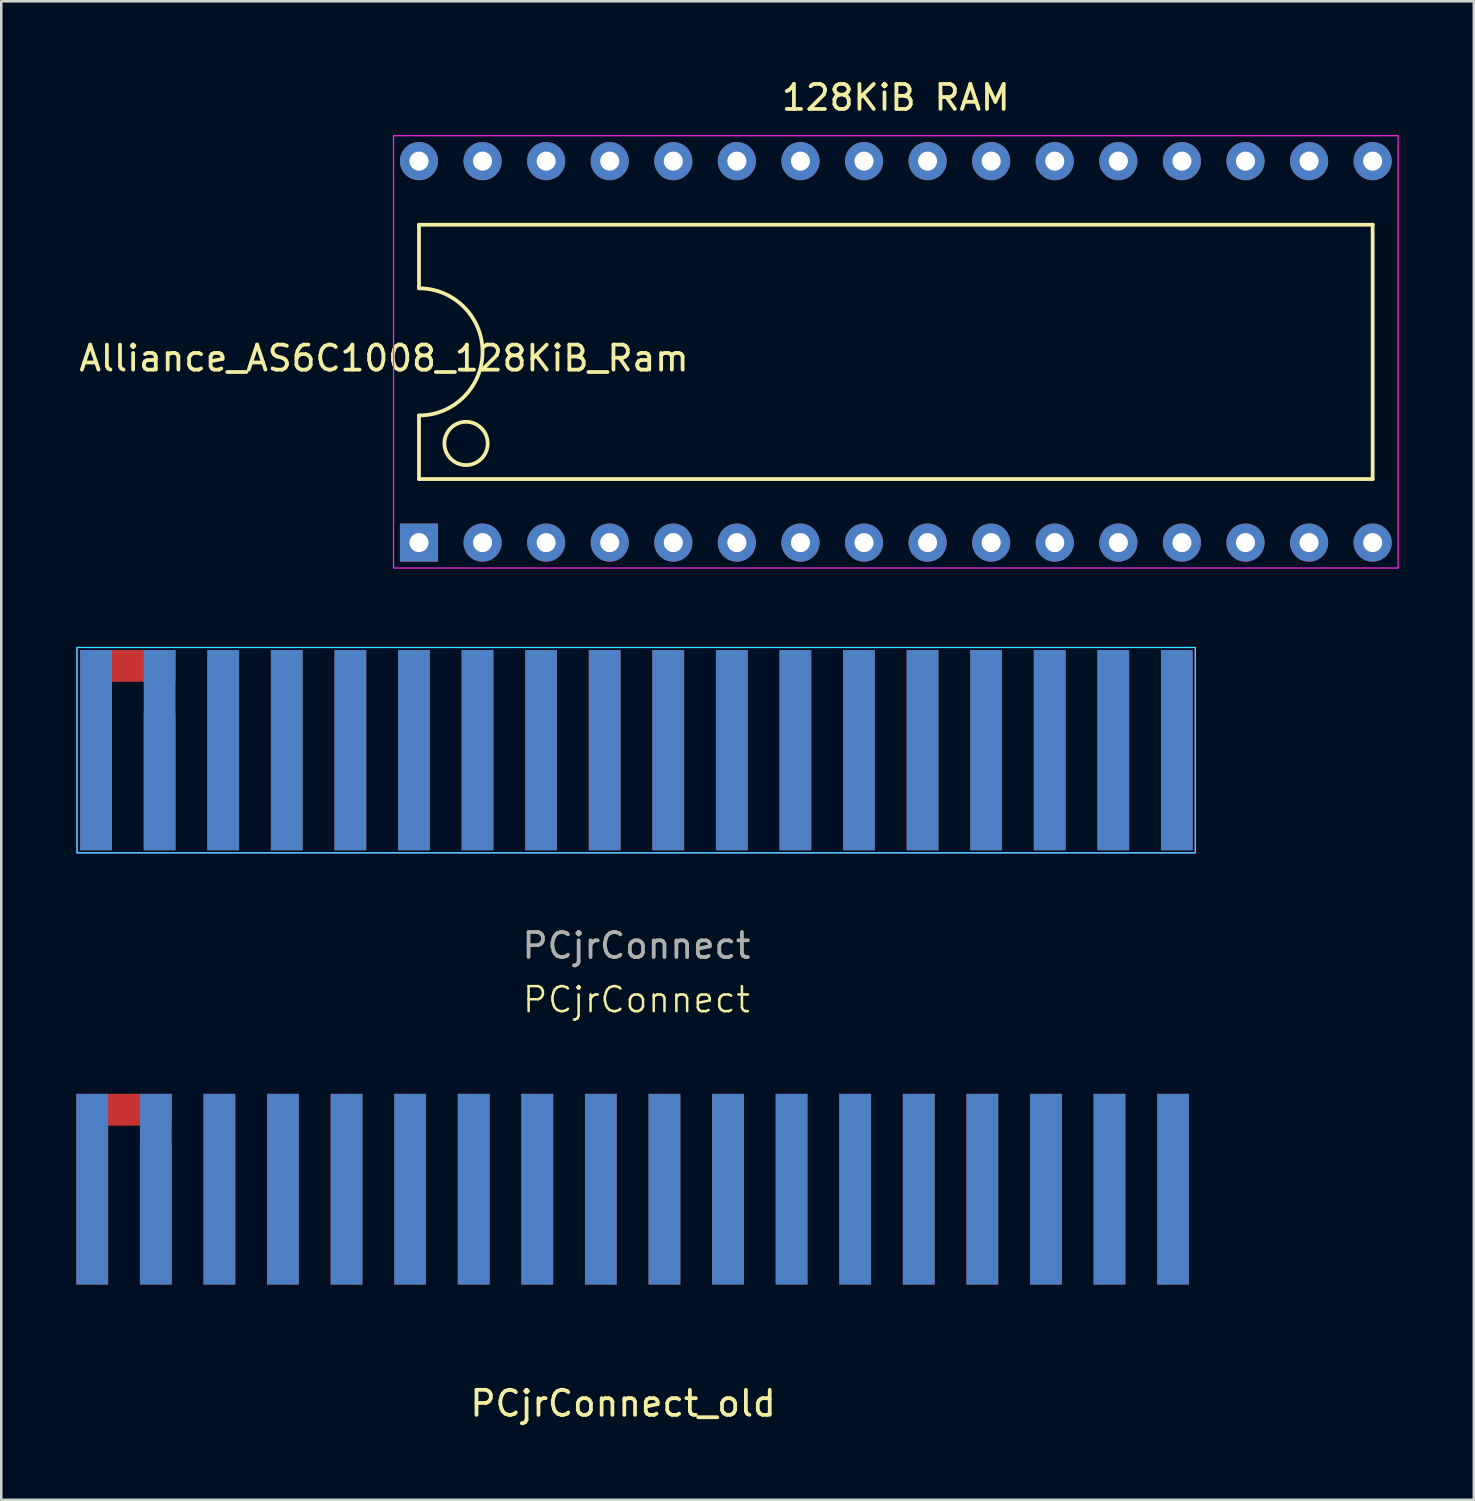
<source format=kicad_pcb>
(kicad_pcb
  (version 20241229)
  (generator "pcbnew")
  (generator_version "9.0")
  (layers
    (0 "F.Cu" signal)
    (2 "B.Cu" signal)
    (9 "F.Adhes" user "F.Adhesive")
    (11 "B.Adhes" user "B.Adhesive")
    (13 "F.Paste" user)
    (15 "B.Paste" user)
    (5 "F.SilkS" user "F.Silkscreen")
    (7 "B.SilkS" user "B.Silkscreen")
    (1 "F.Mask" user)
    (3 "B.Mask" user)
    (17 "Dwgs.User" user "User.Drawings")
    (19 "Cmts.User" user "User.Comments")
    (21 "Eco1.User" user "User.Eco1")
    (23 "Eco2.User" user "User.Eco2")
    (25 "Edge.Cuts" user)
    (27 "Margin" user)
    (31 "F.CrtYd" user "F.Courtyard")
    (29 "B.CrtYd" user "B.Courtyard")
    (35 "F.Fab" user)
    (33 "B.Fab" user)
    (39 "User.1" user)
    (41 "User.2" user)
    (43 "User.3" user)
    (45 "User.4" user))
  (footprint "PCjrConnect"
    (layer "F.Cu")
    (at 22.377 22.919)
    (property "Reference" "PCjrConnect" (at 0 13.97 0) (unlocked yes) (layer "F.SilkS") (effects (font (size 1 1) (thickness 0.1))))
    (attr smd)
    (fp_rect (start 22.327 8.103) (end -22.352 -0.102) (stroke (width 0.05) (type default)) (fill no) (layer "B.CrtYd"))
    (fp_rect (start -22.352 -0.102) (end 22.327 8.103) (stroke (width 0.05) (type default)) (fill no) (layer "F.CrtYd"))
    (fp_text user "${REFERENCE}" (at 0 11.811 0) (unlocked yes) (layer "F.Fab") (effects (font (size 1 1) (thickness 0.15))))
    (pad "A1" smd custom (at -21.59 4) (size 1.27 8) (layers "F.Cu" "F.Mask" "F.Paste") (options (anchor rect)) (primitives (gr_poly (pts (xy 0.635 -4) (xy 3.175 -4) (xy 3.175 -2.73) (xy 0.635 -2.73)) (width 0) (fill yes))))
    (pad "A2" smd rect (at -19.05 8.001) (size 1.27 5.46) (drill (offset 0 -2.73)) (layers "F.Cu" "F.Mask" "F.Paste"))
    (pad "A3" smd rect (at -16.51 0) (size 1.27 8) (drill (offset 0 4)) (layers "F.Cu" "F.Mask" "F.Paste"))
    (pad "A4" smd rect (at -13.97 0) (size 1.27 8) (drill (offset 0 4)) (layers "F.Cu" "F.Mask" "F.Paste"))
    (pad "A5" smd rect (at -11.43 0) (size 1.27 8) (drill (offset 0 4)) (layers "F.Cu" "F.Mask" "F.Paste"))
    (pad "A6" smd rect (at -8.89 0) (size 1.27 8) (drill (offset 0 4)) (layers "F.Cu" "F.Mask" "F.Paste"))
    (pad "A7" smd rect (at -6.35 0) (size 1.27 8) (drill (offset 0 4)) (layers "F.Cu" "F.Mask" "F.Paste"))
    (pad "A8" smd rect (at -3.81 0) (size 1.27 8) (drill (offset 0 4)) (layers "F.Cu" "F.Mask" "F.Paste"))
    (pad "A9" smd rect (at -1.27 0) (size 1.27 8) (drill (offset 0 4)) (layers "F.Cu" "F.Mask" "F.Paste"))
    (pad "A10" smd rect (at 1.27 0) (size 1.27 8) (drill (offset 0 4)) (layers "F.Cu" "F.Mask" "F.Paste"))
    (pad "A11" smd rect (at 3.81 0) (size 1.27 8) (drill (offset 0 4)) (layers "F.Cu" "F.Mask" "F.Paste"))
    (pad "A12" smd rect (at 6.35 0) (size 1.27 8) (drill (offset 0 4)) (layers "F.Cu" "F.Mask" "F.Paste"))
    (pad "A13" smd rect (at 8.89 0) (size 1.27 8) (drill (offset 0 4)) (layers "F.Cu" "F.Mask" "F.Paste"))
    (pad "A14" smd rect (at 11.43 0) (size 1.27 8) (drill (offset 0 4)) (layers "F.Cu" "F.Mask" "F.Paste"))
    (pad "A15" smd rect (at 13.97 0) (size 1.27 8) (drill (offset 0 4)) (layers "F.Cu" "F.Mask" "F.Paste"))
    (pad "A16" smd rect (at 16.51 0) (size 1.27 8) (drill (offset 0 4)) (layers "F.Cu" "F.Mask" "F.Paste"))
    (pad "A17" smd rect (at 19.05 0) (size 1.27 8) (drill (offset 0 4)) (layers "F.Cu" "F.Mask" "F.Paste"))
    (pad "A18" smd rect (at 21.59 0) (size 1.27 8) (drill (offset 0 4)) (layers "F.Cu" "F.Mask" "F.Paste"))
    (pad "B1" smd rect (at -21.59 0) (size 1.27 8) (drill (offset 0 4)) (layers "B.Cu" "B.Mask" "B.Paste"))
    (pad "B2" smd rect (at -19.05 0) (size 1.27 8) (drill (offset 0 4)) (layers "B.Cu" "B.Mask" "B.Paste"))
    (pad "B3" smd rect (at -16.51 0) (size 1.27 8) (drill (offset 0 4)) (layers "B.Cu" "B.Mask" "B.Paste"))
    (pad "B4" smd rect (at -13.97 0) (size 1.27 8) (drill (offset 0 4)) (layers "B.Cu" "B.Mask" "B.Paste"))
    (pad "B5" smd rect (at -11.43 0) (size 1.27 8) (drill (offset 0 4)) (layers "B.Cu" "B.Mask" "B.Paste"))
    (pad "B6" smd rect (at -8.89 0) (size 1.27 8) (drill (offset 0 4)) (layers "B.Cu" "B.Mask" "B.Paste"))
    (pad "B7" smd rect (at -6.35 0) (size 1.27 8) (drill (offset 0 4)) (layers "B.Cu" "B.Mask" "B.Paste"))
    (pad "B8" smd rect (at -3.81 0) (size 1.27 8) (drill (offset 0 4)) (layers "B.Cu" "B.Mask" "B.Paste"))
    (pad "B9" smd rect (at -1.27 0) (size 1.27 8) (drill (offset 0 4)) (layers "B.Cu" "B.Mask" "B.Paste"))
    (pad "B10" smd rect (at 1.27 0) (size 1.27 8) (drill (offset 0 4)) (layers "B.Cu" "B.Mask" "B.Paste"))
    (pad "B11" smd rect (at 3.81 0) (size 1.27 8) (drill (offset 0 4)) (layers "B.Cu" "B.Mask" "B.Paste"))
    (pad "B12" smd rect (at 6.35 0) (size 1.27 8) (drill (offset 0 4)) (layers "B.Cu" "B.Mask" "B.Paste"))
    (pad "B13" smd rect (at 8.89 0) (size 1.27 8) (drill (offset 0 4)) (layers "B.Cu" "B.Mask" "B.Paste"))
    (pad "B14" smd rect (at 11.43 0) (size 1.27 8) (drill (offset 0 4)) (layers "B.Cu" "B.Mask" "B.Paste"))
    (pad "B15" smd rect (at 13.97 0) (size 1.27 8) (drill (offset 0 4)) (layers "B.Cu" "B.Mask" "B.Paste"))
    (pad "B16" smd rect (at 16.51 0) (size 1.27 8) (drill (offset 0 4)) (layers "B.Cu" "B.Mask" "B.Paste"))
    (pad "B17" smd rect (at 19.05 0) (size 1.27 8) (drill (offset 0 4)) (layers "B.Cu" "B.Mask" "B.Paste"))
    (pad "B18" smd rect (at 21.59 0) (size 1.27 8) (drill (offset 0 4)) (layers "B.Cu" "B.Mask" "B.Paste")))
  (footprint "PCjrConnect_old"
    (layer "F.Cu")
    (at 0.635 44.46)
    (property "Reference" "PCjrConnect_old" (at 21.209 8.56 0) (layer "F.SilkS") (effects (font (size 1 1) (thickness 0.15))))
    (attr through_hole)
    (pad "A1" connect custom (at 0 0) (size 1.27 7.62) (layers "F.Cu" "F.Mask") (options (anchor rect)) (primitives (gr_poly (pts (xy 0.635 -3.81) (xy 3.175 -3.81) (xy 3.175 -2.54) (xy 0.635 -2.54)) (width 0) (fill yes))))
    (pad "A2" connect rect (at 2.54 1) (size 1.27 5.62) (layers "F.Cu" "F.Mask"))
    (pad "A3" connect rect (at 5.08 0) (size 1.27 7.62) (layers "F.Cu" "F.Mask"))
    (pad "A4" connect rect (at 7.62 0) (size 1.27 7.62) (layers "F.Cu" "F.Mask"))
    (pad "A5" connect rect (at 10.16 0) (size 1.27 7.62) (layers "F.Cu" "F.Mask"))
    (pad "A6" connect rect (at 12.7 0) (size 1.27 7.62) (layers "F.Cu" "F.Mask"))
    (pad "A7" connect rect (at 15.24 0) (size 1.27 7.62) (layers "F.Cu" "F.Mask"))
    (pad "A8" connect rect (at 17.78 0) (size 1.27 7.62) (layers "F.Cu" "F.Mask"))
    (pad "A9" connect rect (at 20.32 0) (size 1.27 7.62) (layers "F.Cu" "F.Mask"))
    (pad "A10" connect rect (at 22.86 0) (size 1.27 7.62) (layers "F.Cu" "F.Mask"))
    (pad "A11" connect rect (at 25.4 0) (size 1.27 7.62) (layers "F.Cu" "F.Mask"))
    (pad "A12" connect rect (at 27.94 0) (size 1.27 7.62) (layers "F.Cu" "F.Mask"))
    (pad "A13" connect rect (at 30.48 0) (size 1.27 7.62) (layers "F.Cu" "F.Mask"))
    (pad "A14" connect rect (at 33.02 0) (size 1.27 7.62) (layers "F.Cu" "F.Mask"))
    (pad "A15" connect rect (at 35.56 0) (size 1.27 7.62) (layers "F.Cu" "F.Mask"))
    (pad "A16" connect rect (at 38.1 0) (size 1.27 7.62) (layers "F.Cu" "F.Mask"))
    (pad "A17" connect rect (at 40.64 0) (size 1.27 7.62) (layers "F.Cu" "F.Mask"))
    (pad "A18" connect rect (at 43.18 0) (size 1.27 7.62) (layers "F.Cu" "F.Mask"))
    (pad "B1" connect rect (at 0 0) (size 1.27 7.62) (layers "B.Cu" "B.Mask"))
    (pad "B2" connect rect (at 2.54 0) (size 1.27 7.62) (layers "B.Cu" "B.Mask"))
    (pad "B3" connect rect (at 5.08 0) (size 1.27 7.62) (layers "B.Cu" "B.Mask"))
    (pad "B4" connect rect (at 7.62 0) (size 1.27 7.62) (layers "B.Cu" "B.Mask"))
    (pad "B5" connect rect (at 10.16 0) (size 1.27 7.62) (layers "B.Cu" "B.Mask"))
    (pad "B6" connect rect (at 12.7 0) (size 1.27 7.62) (layers "B.Cu" "B.Mask"))
    (pad "B7" connect rect (at 15.24 0) (size 1.27 7.62) (layers "B.Cu" "B.Mask"))
    (pad "B8" connect rect (at 17.78 0) (size 1.27 7.62) (layers "B.Cu" "B.Mask"))
    (pad "B9" connect rect (at 20.32 0) (size 1.27 7.62) (layers "B.Cu" "B.Mask"))
    (pad "B10" connect rect (at 22.86 0) (size 1.27 7.62) (layers "B.Cu" "B.Mask"))
    (pad "B11" connect rect (at 25.4 0) (size 1.27 7.62) (layers "B.Cu" "B.Mask"))
    (pad "B12" connect rect (at 27.94 0) (size 1.27 7.62) (layers "B.Cu" "B.Mask"))
    (pad "B13" connect rect (at 30.48 0) (size 1.27 7.62) (layers "B.Cu" "B.Mask"))
    (pad "B14" connect rect (at 33.02 0) (size 1.27 7.62) (layers "B.Cu" "B.Mask"))
    (pad "B15" connect rect (at 35.56 0) (size 1.27 7.62) (layers "B.Cu" "B.Mask"))
    (pad "B16" connect rect (at 38.1 0) (size 1.27 7.62) (layers "B.Cu" "B.Mask"))
    (pad "B17" connect rect (at 40.64 0) (size 1.27 7.62) (layers "B.Cu" "B.Mask"))
    (pad "B18" connect rect (at 43.18 0) (size 1.27 7.62) (layers "B.Cu" "B.Mask")))
  (footprint "Alliance_AS6C1008_128KiB_Ram"
    (layer "F.Cu")
    (at 13.689 18.628)
    (property "Reference" "Alliance_AS6C1008_128KiB_Ram" (at -1.397 -7.366 0) (layer "F.SilkS") (effects (font (size 1 1) (thickness 0.15))))
    (attr through_hole)
    (fp_line (start 0 -12.7) (end 0 -10.16) (stroke (width 0.15) (type solid)) (layer "F.SilkS"))
    (fp_line (start 0 -12.7) (end 38.1 -12.7) (stroke (width 0.15) (type solid)) (layer "F.SilkS"))
    (fp_line (start 0 -2.54) (end 0 -5.08) (stroke (width 0.15) (type solid)) (layer "F.SilkS"))
    (fp_line (start 0 -2.54) (end 38.1 -2.54) (stroke (width 0.15) (type solid)) (layer "F.SilkS"))
    (fp_line (start 38.1 -12.7) (end 38.1 -2.54) (stroke (width 0.15) (type solid)) (layer "F.SilkS"))
    (fp_arc (start 0 -10.16) (mid 2.54 -7.62) (end 0 -5.08) (stroke (width 0.15) (type solid)) (layer "F.SilkS"))
    (fp_circle (center 1.88 -3.962) (end 2.743 -4.013) (stroke (width 0.15) (type solid)) (fill no) (layer "F.SilkS"))
    (fp_rect (start -1.016 -16.256) (end 39.116 1.016) (stroke (width 0.05) (type default)) (fill no) (layer "F.CrtYd"))
    (fp_text user "128KiB RAM" (at 19.05 -17.78 0) (layer "F.SilkS") (effects (font (size 1 1) (thickness 0.15))))
    (pad "1" thru_hole rect (at 0 0) (size 1.524 1.524) (drill 0.762) (layers "*.Cu" "*.Mask"))
    (pad "2" thru_hole circle (at 2.54 0) (size 1.524 1.524) (drill 0.762) (layers "*.Cu" "*.Mask"))
    (pad "3" thru_hole circle (at 5.08 0) (size 1.524 1.524) (drill 0.762) (layers "*.Cu" "*.Mask"))
    (pad "4" thru_hole circle (at 7.62 0) (size 1.524 1.524) (drill 0.762) (layers "*.Cu" "*.Mask"))
    (pad "5" thru_hole circle (at 10.16 0) (size 1.524 1.524) (drill 0.762) (layers "*.Cu" "*.Mask"))
    (pad "6" thru_hole circle (at 12.7 0) (size 1.524 1.524) (drill 0.762) (layers "*.Cu" "*.Mask"))
    (pad "7" thru_hole circle (at 15.24 0) (size 1.524 1.524) (drill 0.762) (layers "*.Cu" "*.Mask"))
    (pad "8" thru_hole circle (at 17.78 0) (size 1.524 1.524) (drill 0.762) (layers "*.Cu" "*.Mask"))
    (pad "9" thru_hole circle (at 20.32 0) (size 1.524 1.524) (drill 0.762) (layers "*.Cu" "*.Mask"))
    (pad "10" thru_hole circle (at 22.86 0) (size 1.524 1.524) (drill 0.762) (layers "*.Cu" "*.Mask"))
    (pad "11" thru_hole circle (at 25.4 0) (size 1.524 1.524) (drill 0.762) (layers "*.Cu" "*.Mask"))
    (pad "12" thru_hole circle (at 27.94 0) (size 1.524 1.524) (drill 0.762) (layers "*.Cu" "*.Mask"))
    (pad "13" thru_hole circle (at 30.48 0) (size 1.524 1.524) (drill 0.762) (layers "*.Cu" "*.Mask"))
    (pad "14" thru_hole circle (at 33.02 0) (size 1.524 1.524) (drill 0.762) (layers "*.Cu" "*.Mask"))
    (pad "15" thru_hole circle (at 35.56 0) (size 1.524 1.524) (drill 0.762) (layers "*.Cu" "*.Mask"))
    (pad "16" thru_hole circle (at 38.1 0) (size 1.524 1.524) (drill 0.762) (layers "*.Cu" "*.Mask"))
    (pad "17" thru_hole circle (at 38.1 -15.24) (size 1.524 1.524) (drill 0.762) (layers "*.Cu" "*.Mask"))
    (pad "18" thru_hole circle (at 35.56 -15.24) (size 1.524 1.524) (drill 0.762) (layers "*.Cu" "*.Mask"))
    (pad "19" thru_hole circle (at 33.02 -15.24) (size 1.524 1.524) (drill 0.762) (layers "*.Cu" "*.Mask"))
    (pad "20" thru_hole circle (at 30.48 -15.24) (size 1.524 1.524) (drill 0.762) (layers "*.Cu" "*.Mask"))
    (pad "21" thru_hole circle (at 27.94 -15.24) (size 1.524 1.524) (drill 0.762) (layers "*.Cu" "*.Mask"))
    (pad "22" thru_hole circle (at 25.4 -15.24) (size 1.524 1.524) (drill 0.762) (layers "*.Cu" "*.Mask"))
    (pad "23" thru_hole circle (at 22.86 -15.24) (size 1.524 1.524) (drill 0.762) (layers "*.Cu" "*.Mask"))
    (pad "24" thru_hole circle (at 20.32 -15.24) (size 1.524 1.524) (drill 0.762) (layers "*.Cu" "*.Mask"))
    (pad "25" thru_hole circle (at 17.78 -15.24) (size 1.524 1.524) (drill 0.762) (layers "*.Cu" "*.Mask"))
    (pad "26" thru_hole circle (at 15.24 -15.24) (size 1.524 1.524) (drill 0.762) (layers "*.Cu" "*.Mask"))
    (pad "27" thru_hole circle (at 12.7 -15.24) (size 1.524 1.524) (drill 0.762) (layers "*.Cu" "*.Mask"))
    (pad "28" thru_hole circle (at 10.16 -15.24) (size 1.524 1.524) (drill 0.762) (layers "*.Cu" "*.Mask"))
    (pad "29" thru_hole circle (at 7.62 -15.24) (size 1.524 1.524) (drill 0.762) (layers "*.Cu" "*.Mask"))
    (pad "30" thru_hole circle (at 5.08 -15.24) (size 1.524 1.524) (drill 0.762) (layers "*.Cu" "*.Mask"))
    (pad "31" thru_hole circle (at 2.54 -15.24) (size 1.524 1.524) (drill 0.762) (layers "*.Cu" "*.Mask"))
    (pad "32" thru_hole circle (at 0 -15.24) (size 1.524 1.524) (drill 0.762) (layers "*.Cu" "*.Mask")))
  (gr_rect
    (start -3 -3)
    (end 55.83 56.868)
    (stroke (width 0.1) (type default))
    (fill no)
    (layer "Edge.Cuts")))
</source>
